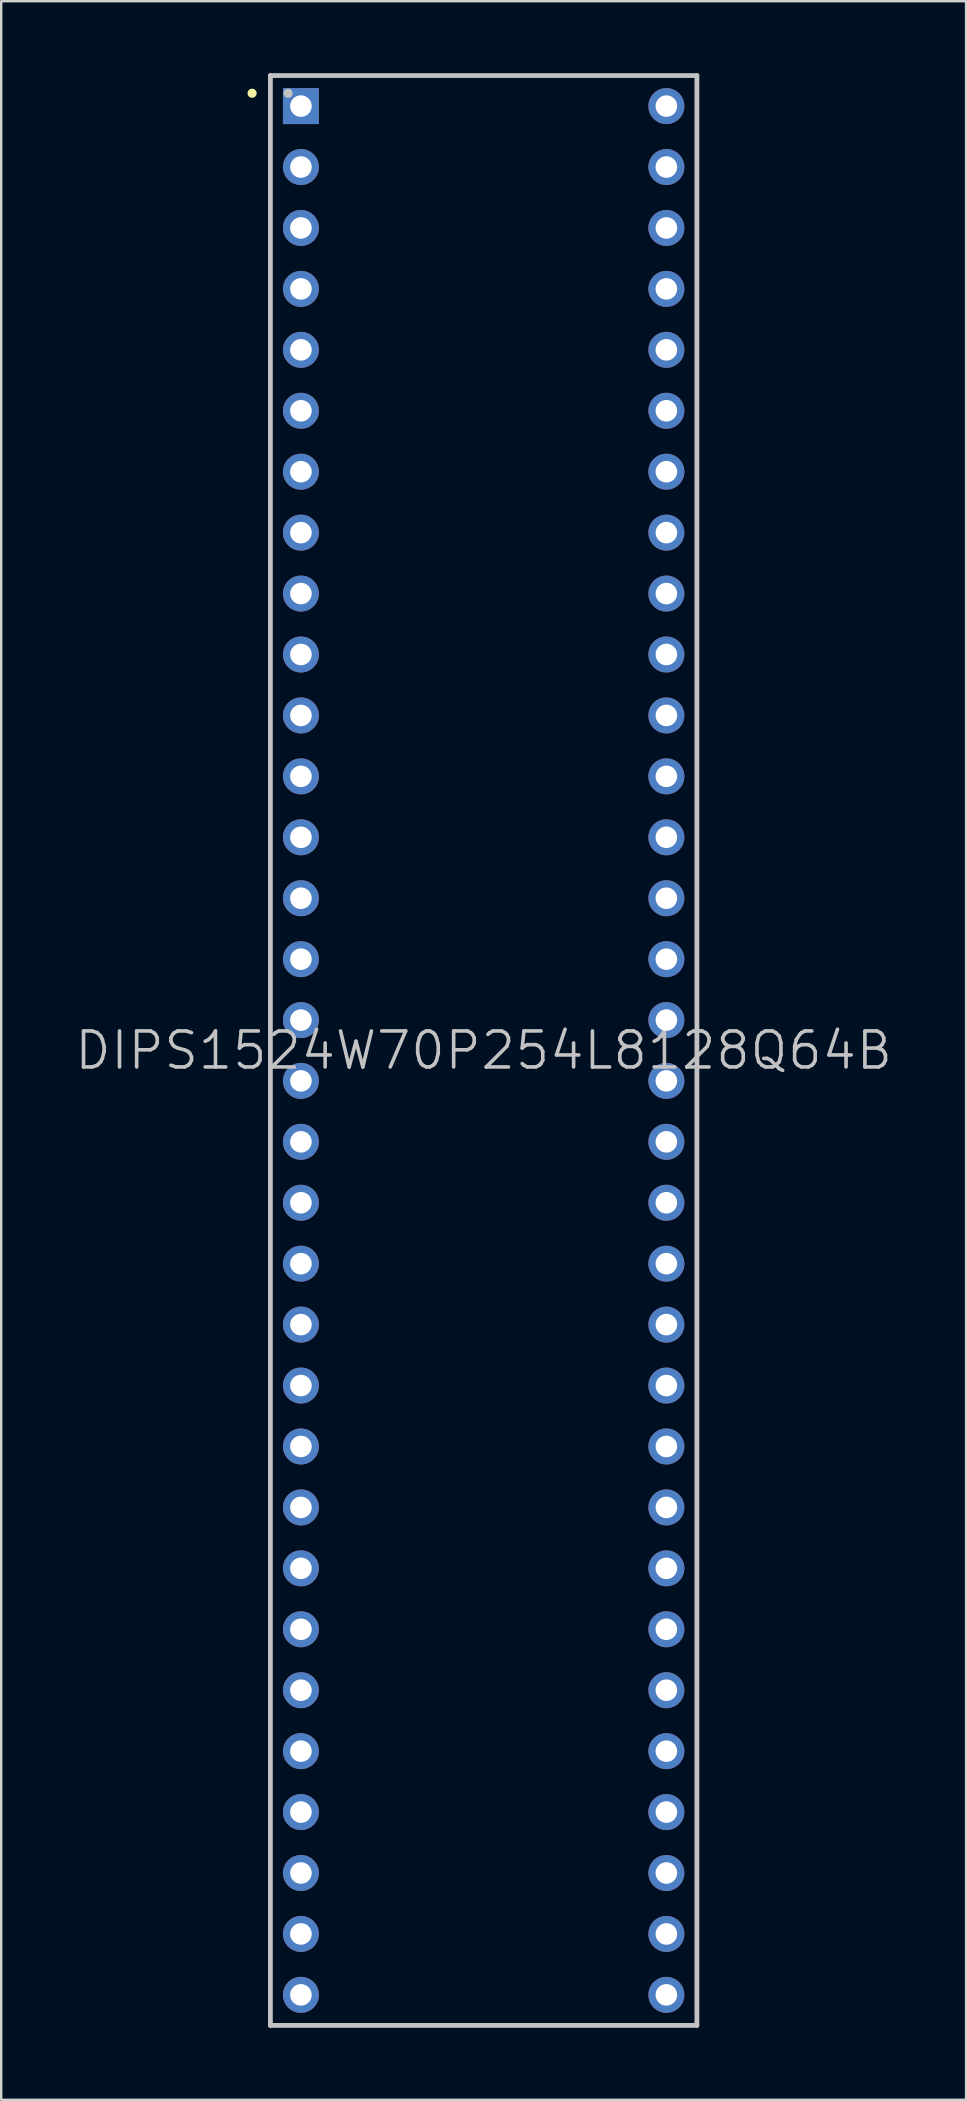
<source format=kicad_pcb>
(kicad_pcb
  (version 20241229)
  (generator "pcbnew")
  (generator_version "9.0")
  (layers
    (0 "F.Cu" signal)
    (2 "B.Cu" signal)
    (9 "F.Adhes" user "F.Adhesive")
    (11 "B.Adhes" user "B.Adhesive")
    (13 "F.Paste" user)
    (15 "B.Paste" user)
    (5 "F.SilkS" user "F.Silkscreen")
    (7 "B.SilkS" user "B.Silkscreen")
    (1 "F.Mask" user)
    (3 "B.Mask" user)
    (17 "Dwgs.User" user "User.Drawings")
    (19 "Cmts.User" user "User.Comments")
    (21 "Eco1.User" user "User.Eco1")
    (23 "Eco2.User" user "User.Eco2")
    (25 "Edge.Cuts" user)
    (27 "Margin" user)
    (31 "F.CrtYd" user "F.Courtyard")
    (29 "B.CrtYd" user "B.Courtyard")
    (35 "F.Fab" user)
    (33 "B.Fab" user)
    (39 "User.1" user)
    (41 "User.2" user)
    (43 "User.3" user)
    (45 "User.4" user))
  (footprint "DIPS1524W70P254L8128Q64B"
    (layer "F.Cu")
    (at 17.111 40.74)
    (property "Reference" "DIPS1524W70P254L8128Q64B" (at 0 0 0) (layer "Dwgs.User") (effects (font (size 1.5 1.5) (thickness 0.15))))
    (attr through_hole)
    (fp_line (start -9.652 -39.903) (end -9.652 -39.903) (stroke (width 0.381) (type solid)) (layer "F.SilkS"))
    (fp_line (start -8.89 -40.64) (end -8.89 40.64) (stroke (width 0.2) (type solid)) (layer "Dwgs.User"))
    (fp_line (start -8.89 -40.64) (end 8.89 -40.64) (stroke (width 0.2) (type solid)) (layer "Dwgs.User"))
    (fp_line (start -8.89 40.64) (end 8.89 40.64) (stroke (width 0.2) (type solid)) (layer "Dwgs.User"))
    (fp_line (start -8.153 -39.903) (end -8.153 -39.903) (stroke (width 0.381) (type solid)) (layer "Dwgs.User"))
    (fp_line (start 8.89 -40.64) (end 8.89 40.64) (stroke (width 0.2) (type solid)) (layer "Dwgs.User"))
    (pad "1" thru_hole rect (at -7.617 -39.367 180) (size 1.5 1.5) (drill 0.9) (layers "*.Cu" "*.Mask"))
    (pad "2" thru_hole circle (at -7.617 -36.827 180) (size 1.5 1.5) (drill 0.9) (layers "*.Cu" "*.Mask"))
    (pad "3" thru_hole circle (at -7.617 -34.287 180) (size 1.5 1.5) (drill 0.9) (layers "*.Cu" "*.Mask"))
    (pad "4" thru_hole circle (at -7.617 -31.747 180) (size 1.5 1.5) (drill 0.9) (layers "*.Cu" "*.Mask"))
    (pad "5" thru_hole circle (at -7.617 -29.207 180) (size 1.5 1.5) (drill 0.9) (layers "*.Cu" "*.Mask"))
    (pad "6" thru_hole circle (at -7.617 -26.667 180) (size 1.5 1.5) (drill 0.9) (layers "*.Cu" "*.Mask"))
    (pad "7" thru_hole circle (at -7.617 -24.127 180) (size 1.5 1.5) (drill 0.9) (layers "*.Cu" "*.Mask"))
    (pad "8" thru_hole circle (at -7.617 -21.587 180) (size 1.5 1.5) (drill 0.9) (layers "*.Cu" "*.Mask"))
    (pad "9" thru_hole circle (at -7.617 -19.047 180) (size 1.5 1.5) (drill 0.9) (layers "*.Cu" "*.Mask"))
    (pad "10" thru_hole circle (at -7.617 -16.507 180) (size 1.5 1.5) (drill 0.9) (layers "*.Cu" "*.Mask"))
    (pad "11" thru_hole circle (at -7.617 -13.967 180) (size 1.5 1.5) (drill 0.9) (layers "*.Cu" "*.Mask"))
    (pad "12" thru_hole circle (at -7.617 -11.427 180) (size 1.5 1.5) (drill 0.9) (layers "*.Cu" "*.Mask"))
    (pad "13" thru_hole circle (at -7.617 -8.887 180) (size 1.5 1.5) (drill 0.9) (layers "*.Cu" "*.Mask"))
    (pad "14" thru_hole circle (at -7.617 -6.347 180) (size 1.5 1.5) (drill 0.9) (layers "*.Cu" "*.Mask"))
    (pad "15" thru_hole circle (at -7.617 -3.807 180) (size 1.5 1.5) (drill 0.9) (layers "*.Cu" "*.Mask"))
    (pad "16" thru_hole circle (at -7.617 -1.267 180) (size 1.5 1.5) (drill 0.9) (layers "*.Cu" "*.Mask"))
    (pad "17" thru_hole circle (at -7.617 1.267 180) (size 1.5 1.5) (drill 0.9) (layers "*.Cu" "*.Mask"))
    (pad "18" thru_hole circle (at -7.617 3.807 180) (size 1.5 1.5) (drill 0.9) (layers "*.Cu" "*.Mask"))
    (pad "19" thru_hole circle (at -7.617 6.347 180) (size 1.5 1.5) (drill 0.9) (layers "*.Cu" "*.Mask"))
    (pad "20" thru_hole circle (at -7.617 8.887 180) (size 1.5 1.5) (drill 0.9) (layers "*.Cu" "*.Mask"))
    (pad "21" thru_hole circle (at -7.617 11.427 180) (size 1.5 1.5) (drill 0.9) (layers "*.Cu" "*.Mask"))
    (pad "22" thru_hole circle (at -7.617 13.967 180) (size 1.5 1.5) (drill 0.9) (layers "*.Cu" "*.Mask"))
    (pad "23" thru_hole circle (at -7.617 16.507 180) (size 1.5 1.5) (drill 0.9) (layers "*.Cu" "*.Mask"))
    (pad "24" thru_hole circle (at -7.617 19.047 180) (size 1.5 1.5) (drill 0.9) (layers "*.Cu" "*.Mask"))
    (pad "25" thru_hole circle (at -7.617 21.587 180) (size 1.5 1.5) (drill 0.9) (layers "*.Cu" "*.Mask"))
    (pad "26" thru_hole circle (at -7.617 24.127 180) (size 1.5 1.5) (drill 0.9) (layers "*.Cu" "*.Mask"))
    (pad "27" thru_hole circle (at -7.617 26.667 180) (size 1.5 1.5) (drill 0.9) (layers "*.Cu" "*.Mask"))
    (pad "28" thru_hole circle (at -7.617 29.207 180) (size 1.5 1.5) (drill 0.9) (layers "*.Cu" "*.Mask"))
    (pad "29" thru_hole circle (at -7.617 31.747 180) (size 1.5 1.5) (drill 0.9) (layers "*.Cu" "*.Mask"))
    (pad "30" thru_hole circle (at -7.617 34.287 180) (size 1.5 1.5) (drill 0.9) (layers "*.Cu" "*.Mask"))
    (pad "31" thru_hole circle (at -7.617 36.827 180) (size 1.5 1.5) (drill 0.9) (layers "*.Cu" "*.Mask"))
    (pad "32" thru_hole circle (at -7.617 39.367 180) (size 1.5 1.5) (drill 0.9) (layers "*.Cu" "*.Mask"))
    (pad "33" thru_hole circle (at 7.617 39.367 180) (size 1.5 1.5) (drill 0.9) (layers "*.Cu" "*.Mask"))
    (pad "34" thru_hole circle (at 7.617 36.827 180) (size 1.5 1.5) (drill 0.9) (layers "*.Cu" "*.Mask"))
    (pad "35" thru_hole circle (at 7.617 34.287 180) (size 1.5 1.5) (drill 0.9) (layers "*.Cu" "*.Mask"))
    (pad "36" thru_hole circle (at 7.617 31.747 180) (size 1.5 1.5) (drill 0.9) (layers "*.Cu" "*.Mask"))
    (pad "37" thru_hole circle (at 7.617 29.207 180) (size 1.5 1.5) (drill 0.9) (layers "*.Cu" "*.Mask"))
    (pad "38" thru_hole circle (at 7.617 26.667 180) (size 1.5 1.5) (drill 0.9) (layers "*.Cu" "*.Mask"))
    (pad "39" thru_hole circle (at 7.617 24.127 180) (size 1.5 1.5) (drill 0.9) (layers "*.Cu" "*.Mask"))
    (pad "40" thru_hole circle (at 7.617 21.587 180) (size 1.5 1.5) (drill 0.9) (layers "*.Cu" "*.Mask"))
    (pad "41" thru_hole circle (at 7.617 19.047 180) (size 1.5 1.5) (drill 0.9) (layers "*.Cu" "*.Mask"))
    (pad "42" thru_hole circle (at 7.617 16.507 180) (size 1.5 1.5) (drill 0.9) (layers "*.Cu" "*.Mask"))
    (pad "43" thru_hole circle (at 7.617 13.967 180) (size 1.5 1.5) (drill 0.9) (layers "*.Cu" "*.Mask"))
    (pad "44" thru_hole circle (at 7.617 11.427 180) (size 1.5 1.5) (drill 0.9) (layers "*.Cu" "*.Mask"))
    (pad "45" thru_hole circle (at 7.617 8.887 180) (size 1.5 1.5) (drill 0.9) (layers "*.Cu" "*.Mask"))
    (pad "46" thru_hole circle (at 7.617 6.347 180) (size 1.5 1.5) (drill 0.9) (layers "*.Cu" "*.Mask"))
    (pad "47" thru_hole circle (at 7.617 3.807 180) (size 1.5 1.5) (drill 0.9) (layers "*.Cu" "*.Mask"))
    (pad "48" thru_hole circle (at 7.617 1.267 180) (size 1.5 1.5) (drill 0.9) (layers "*.Cu" "*.Mask"))
    (pad "49" thru_hole circle (at 7.617 -1.267 180) (size 1.5 1.5) (drill 0.9) (layers "*.Cu" "*.Mask"))
    (pad "50" thru_hole circle (at 7.617 -3.807 180) (size 1.5 1.5) (drill 0.9) (layers "*.Cu" "*.Mask"))
    (pad "51" thru_hole circle (at 7.617 -6.347 180) (size 1.5 1.5) (drill 0.9) (layers "*.Cu" "*.Mask"))
    (pad "52" thru_hole circle (at 7.617 -8.887 180) (size 1.5 1.5) (drill 0.9) (layers "*.Cu" "*.Mask"))
    (pad "53" thru_hole circle (at 7.617 -11.427 180) (size 1.5 1.5) (drill 0.9) (layers "*.Cu" "*.Mask"))
    (pad "54" thru_hole circle (at 7.617 -13.967 180) (size 1.5 1.5) (drill 0.9) (layers "*.Cu" "*.Mask"))
    (pad "55" thru_hole circle (at 7.617 -16.507 180) (size 1.5 1.5) (drill 0.9) (layers "*.Cu" "*.Mask"))
    (pad "56" thru_hole circle (at 7.617 -19.047 180) (size 1.5 1.5) (drill 0.9) (layers "*.Cu" "*.Mask"))
    (pad "57" thru_hole circle (at 7.617 -21.587 180) (size 1.5 1.5) (drill 0.9) (layers "*.Cu" "*.Mask"))
    (pad "58" thru_hole circle (at 7.617 -24.127 180) (size 1.5 1.5) (drill 0.9) (layers "*.Cu" "*.Mask"))
    (pad "59" thru_hole circle (at 7.617 -26.667 180) (size 1.5 1.5) (drill 0.9) (layers "*.Cu" "*.Mask"))
    (pad "60" thru_hole circle (at 7.617 -29.207 180) (size 1.5 1.5) (drill 0.9) (layers "*.Cu" "*.Mask"))
    (pad "61" thru_hole circle (at 7.617 -31.747 180) (size 1.5 1.5) (drill 0.9) (layers "*.Cu" "*.Mask"))
    (pad "62" thru_hole circle (at 7.617 -34.287 180) (size 1.5 1.5) (drill 0.9) (layers "*.Cu" "*.Mask"))
    (pad "63" thru_hole circle (at 7.617 -36.827 180) (size 1.5 1.5) (drill 0.9) (layers "*.Cu" "*.Mask"))
    (pad "64" thru_hole circle (at 7.617 -39.367 180) (size 1.5 1.5) (drill 0.9) (layers "*.Cu" "*.Mask")))
  (gr_rect
    (start -3 -3)
    (end 37.221 84.48)
    (stroke (width 0.1) (type default))
    (fill no)
    (layer "Edge.Cuts")))
</source>
